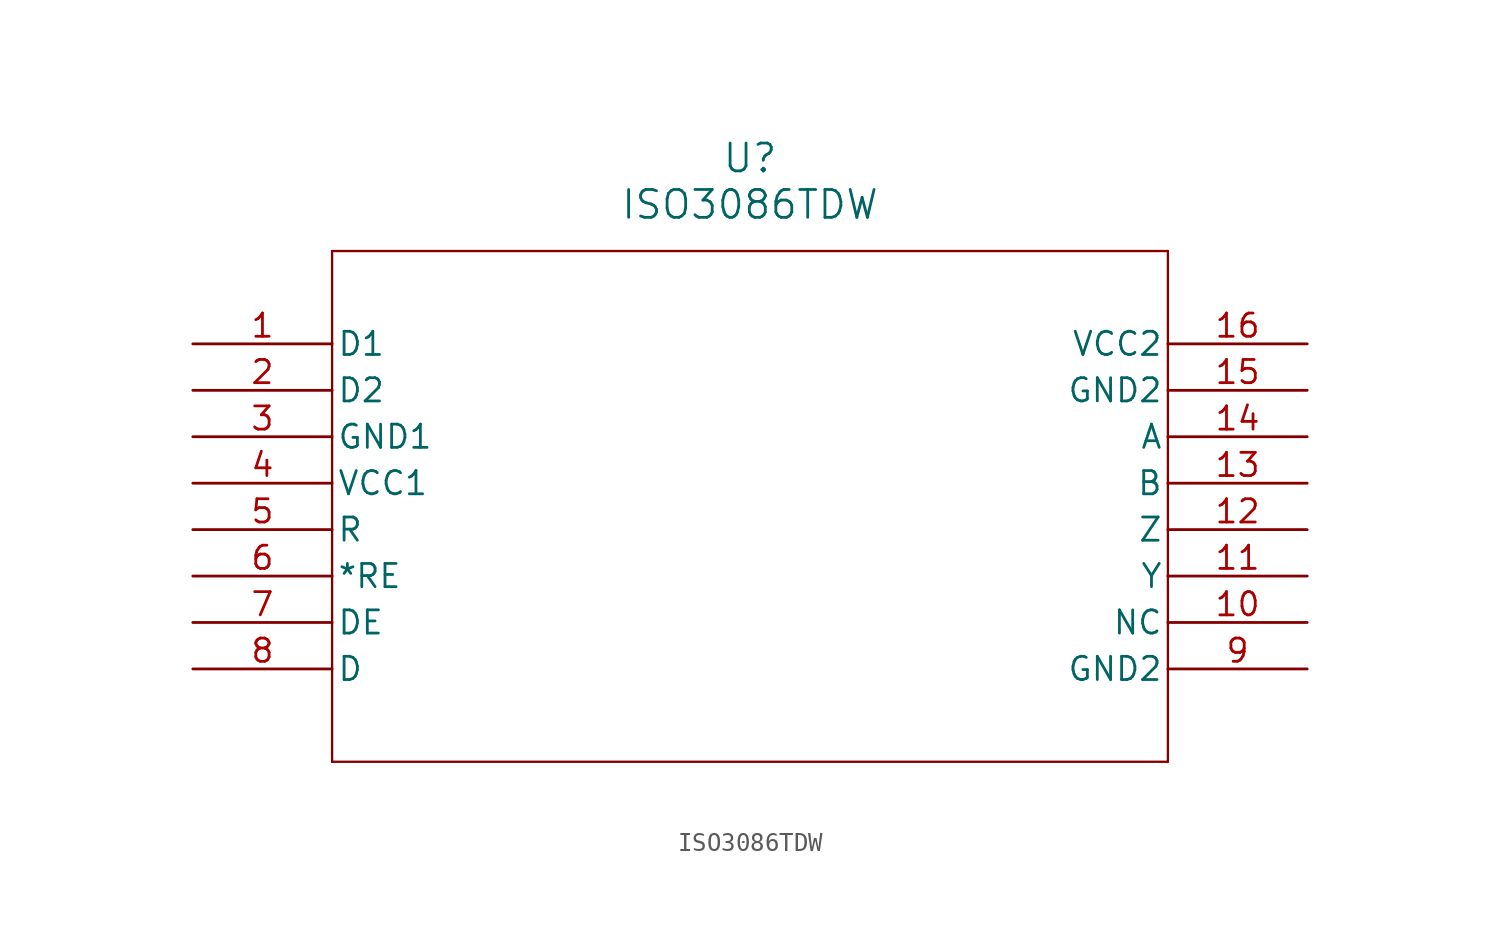
<source format=kicad_sym>
(kicad_symbol_lib
  (version 20211014)
  (generator kicad_symbol_editor)
  (symbol "ISO3086TDW"
    (pin_names
      (offset 0.254))
    (property "Reference" "U"
      (at 30.48 10.16 0)
      (effects (font (size 1.524 1.524))))
    (property "Value" "ISO3086TDW"
      (at 30.48 7.62 0)
      (effects (font (size 1.524 1.524))))
    (symbol "ISO3086TDW_0_1"
      (polyline (pts (xy 7.62 5.08) (xy 7.62 -22.86)) (stroke (width 0.127) (type default) (color 0 0 0 0)) (fill (type none)))
      (polyline (pts (xy 7.62 -22.86) (xy 53.34 -22.86)) (stroke (width 0.127) (type default) (color 0 0 0 0)) (fill (type none)))
      (polyline (pts (xy 53.34 -22.86) (xy 53.34 5.08)) (stroke (width 0.127) (type default) (color 0 0 0 0)) (fill (type none)))
      (polyline (pts (xy 53.34 5.08) (xy 7.62 5.08)) (stroke (width 0.127) (type default) (color 0 0 0 0)) (fill (type none)))
      (pin unspecified line (at 0 0 0) (length 7.62) (name "D1" (effects (font (size 1.27 1.27)))) (number "1" (effects (font (size 1.27 1.27)))))
      (pin unspecified line (at 0 -2.54 0) (length 7.62) (name "D2" (effects (font (size 1.27 1.27)))) (number "2" (effects (font (size 1.27 1.27)))))
      (pin power_in line (at 0 -5.08 0) (length 7.62) (name "GND1" (effects (font (size 1.27 1.27)))) (number "3" (effects (font (size 1.27 1.27)))))
      (pin power_in line (at 0 -7.62 0) (length 7.62) (name "VCC1" (effects (font (size 1.27 1.27)))) (number "4" (effects (font (size 1.27 1.27)))))
      (pin unspecified line (at 0 -10.16 0) (length 7.62) (name "R" (effects (font (size 1.27 1.27)))) (number "5" (effects (font (size 1.27 1.27)))))
      (pin unspecified line (at 0 -12.7 0) (length 7.62) (name "*RE" (effects (font (size 1.27 1.27)))) (number "6" (effects (font (size 1.27 1.27)))))
      (pin unspecified line (at 0 -15.24 0) (length 7.62) (name "DE" (effects (font (size 1.27 1.27)))) (number "7" (effects (font (size 1.27 1.27)))))
      (pin unspecified line (at 0 -17.78 0) (length 7.62) (name "D" (effects (font (size 1.27 1.27)))) (number "8" (effects (font (size 1.27 1.27)))))
      (pin power_in line (at 60.96 -17.78 180) (length 7.62) (name "GND2" (effects (font (size 1.27 1.27)))) (number "9" (effects (font (size 1.27 1.27)))))
      (pin unspecified line (at 60.96 -15.24 180) (length 7.62) (name "NC" (effects (font (size 1.27 1.27)))) (number "10" (effects (font (size 1.27 1.27)))))
      (pin unspecified line (at 60.96 -12.7 180) (length 7.62) (name "Y" (effects (font (size 1.27 1.27)))) (number "11" (effects (font (size 1.27 1.27)))))
      (pin unspecified line (at 60.96 -10.16 180) (length 7.62) (name "Z" (effects (font (size 1.27 1.27)))) (number "12" (effects (font (size 1.27 1.27)))))
      (pin unspecified line (at 60.96 -7.62 180) (length 7.62) (name "B" (effects (font (size 1.27 1.27)))) (number "13" (effects (font (size 1.27 1.27)))))
      (pin unspecified line (at 60.96 -5.08 180) (length 7.62) (name "A" (effects (font (size 1.27 1.27)))) (number "14" (effects (font (size 1.27 1.27)))))
      (pin power_in line (at 60.96 -2.54 180) (length 7.62) (name "GND2" (effects (font (size 1.27 1.27)))) (number "15" (effects (font (size 1.27 1.27)))))
      (pin power_in line (at 60.96 0 180) (length 7.62) (name "VCC2" (effects (font (size 1.27 1.27)))) (number "16" (effects (font (size 1.27 1.27))))))))
</source>
